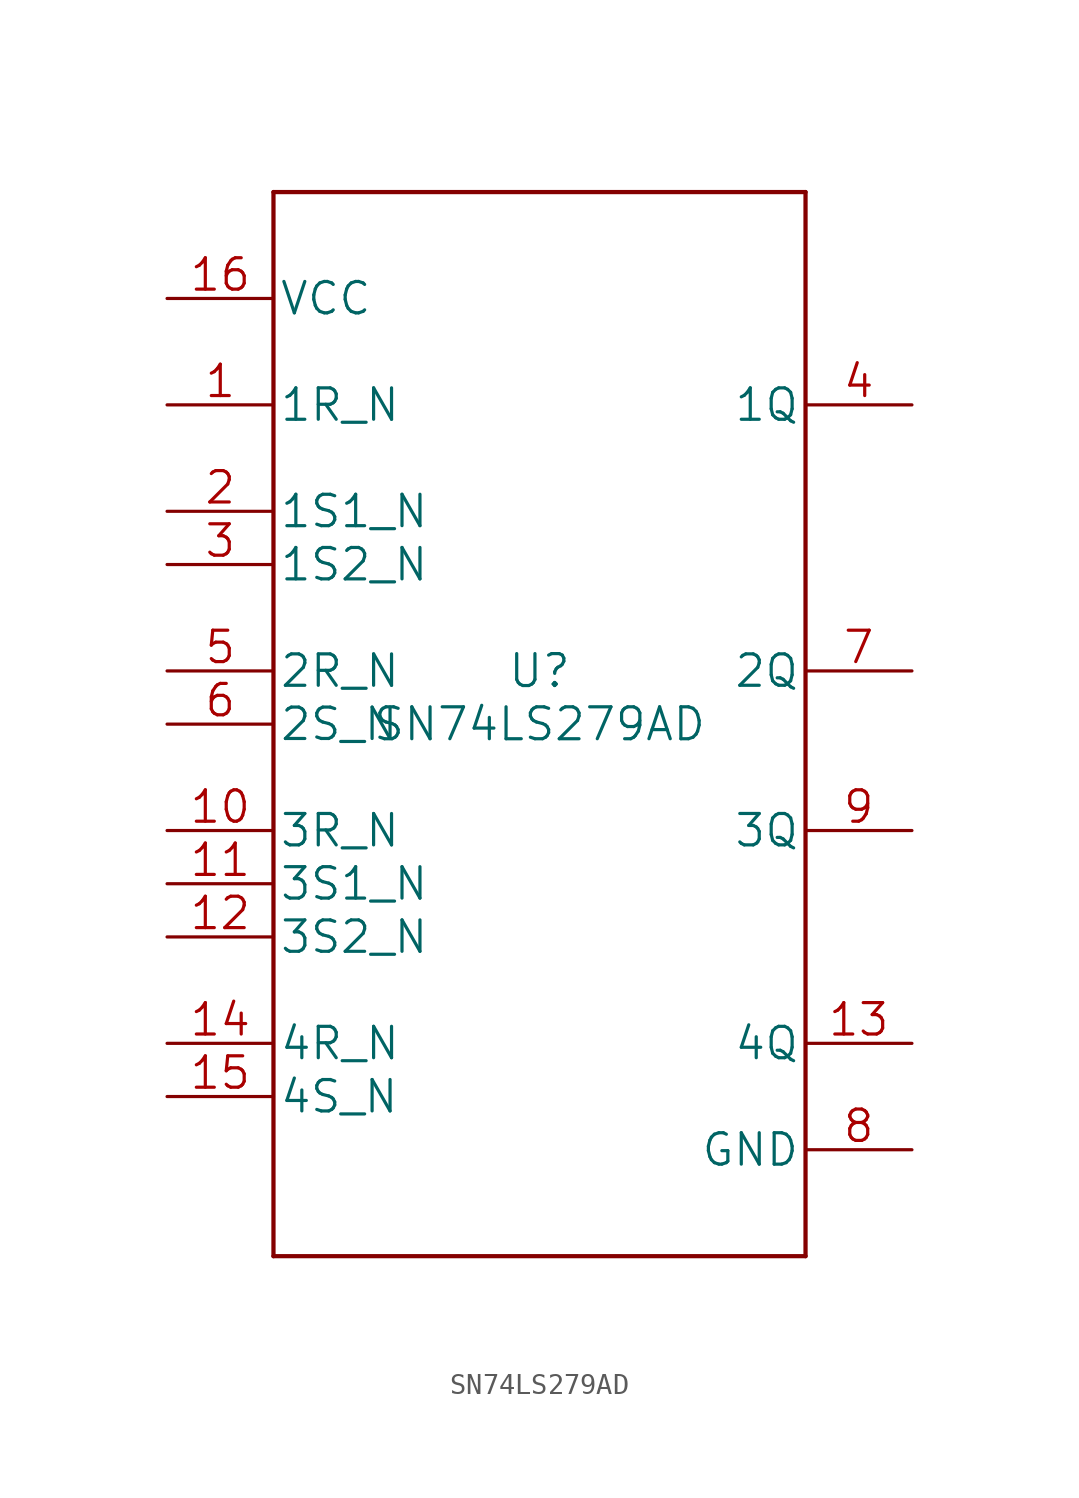
<source format=kicad_sym>
(kicad_symbol_lib
  (version 20211014)
  (generator kicad_symbol_editor)
  (symbol "SN74LS279AD"
    (pin_names
      (offset 0.254))
    (property "Reference" "U"
      (at 0 2.54 0)
      (effects (font (size 1.524 1.524))))
    (property "Value" "SN74LS279AD"
      (at 0 0 0)
      (effects (font (size 1.524 1.524))))
    (property "Datasheet" ""
      (at 0 0 0)
      (effects (font (size 1.524 1.524))))
    (property "ki_locked" ""
      (at 0 0 0)
      (effects (font (size 1.27 1.27))))
    (symbol "SN74LS279AD_1_1"
      (polyline (pts (xy -12.7 -25.4) (xy 12.7 -25.4)) (stroke (width 0.203) (type default) (color 0 0 0 0)) (fill (type none)))
      (polyline (pts (xy -12.7 25.4) (xy -12.7 -25.4)) (stroke (width 0.203) (type default) (color 0 0 0 0)) (fill (type none)))
      (polyline (pts (xy 12.7 -25.4) (xy 12.7 25.4)) (stroke (width 0.203) (type default) (color 0 0 0 0)) (fill (type none)))
      (polyline (pts (xy 12.7 25.4) (xy -12.7 25.4)) (stroke (width 0.203) (type default) (color 0 0 0 0)) (fill (type none)))
      (pin input line (at -17.78 15.24 0) (length 5.08) (name "1R_N" (effects (font (size 1.499 1.499)))) (number "1" (effects (font (size 1.499 1.499)))))
      (pin input line (at -17.78 -5.08 0) (length 5.08) (name "3R_N" (effects (font (size 1.499 1.499)))) (number "10" (effects (font (size 1.499 1.499)))))
      (pin input line (at -17.78 -7.62 0) (length 5.08) (name "3S1_N" (effects (font (size 1.499 1.499)))) (number "11" (effects (font (size 1.499 1.499)))))
      (pin input line (at -17.78 -10.16 0) (length 5.08) (name "3S2_N" (effects (font (size 1.499 1.499)))) (number "12" (effects (font (size 1.499 1.499)))))
      (pin output line (at 17.78 -15.24 180) (length 5.08) (name "4Q" (effects (font (size 1.499 1.499)))) (number "13" (effects (font (size 1.499 1.499)))))
      (pin input line (at -17.78 -15.24 0) (length 5.08) (name "4R_N" (effects (font (size 1.499 1.499)))) (number "14" (effects (font (size 1.499 1.499)))))
      (pin input line (at -17.78 -17.78 0) (length 5.08) (name "4S_N" (effects (font (size 1.499 1.499)))) (number "15" (effects (font (size 1.499 1.499)))))
      (pin power_in line (at -17.78 20.32 0) (length 5.08) (name "VCC" (effects (font (size 1.499 1.499)))) (number "16" (effects (font (size 1.499 1.499)))))
      (pin input line (at -17.78 10.16 0) (length 5.08) (name "1S1_N" (effects (font (size 1.499 1.499)))) (number "2" (effects (font (size 1.499 1.499)))))
      (pin input line (at -17.78 7.62 0) (length 5.08) (name "1S2_N" (effects (font (size 1.499 1.499)))) (number "3" (effects (font (size 1.499 1.499)))))
      (pin output line (at 17.78 15.24 180) (length 5.08) (name "1Q" (effects (font (size 1.499 1.499)))) (number "4" (effects (font (size 1.499 1.499)))))
      (pin input line (at -17.78 2.54 0) (length 5.08) (name "2R_N" (effects (font (size 1.499 1.499)))) (number "5" (effects (font (size 1.499 1.499)))))
      (pin input line (at -17.78 0 0) (length 5.08) (name "2S_N" (effects (font (size 1.499 1.499)))) (number "6" (effects (font (size 1.499 1.499)))))
      (pin output line (at 17.78 2.54 180) (length 5.08) (name "2Q" (effects (font (size 1.499 1.499)))) (number "7" (effects (font (size 1.499 1.499)))))
      (pin power_in line (at 17.78 -20.32 180) (length 5.08) (name "GND" (effects (font (size 1.499 1.499)))) (number "8" (effects (font (size 1.499 1.499)))))
      (pin output line (at 17.78 -5.08 180) (length 5.08) (name "3Q" (effects (font (size 1.499 1.499)))) (number "9" (effects (font (size 1.499 1.499))))))))
</source>
